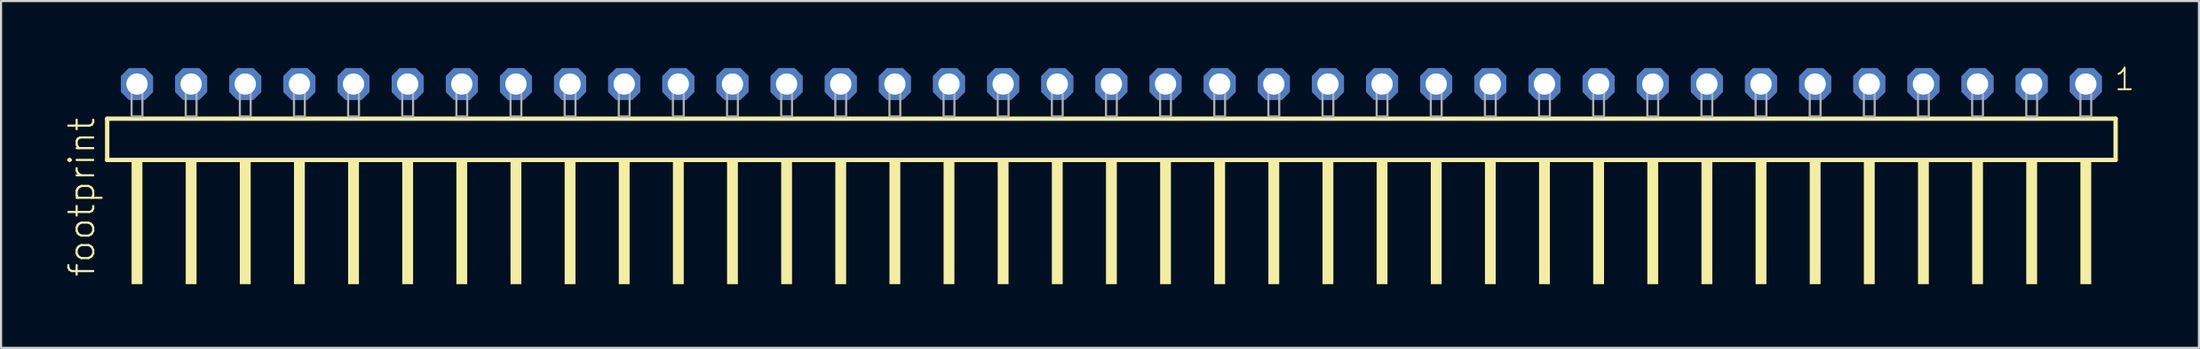
<source format=kicad_pcb>
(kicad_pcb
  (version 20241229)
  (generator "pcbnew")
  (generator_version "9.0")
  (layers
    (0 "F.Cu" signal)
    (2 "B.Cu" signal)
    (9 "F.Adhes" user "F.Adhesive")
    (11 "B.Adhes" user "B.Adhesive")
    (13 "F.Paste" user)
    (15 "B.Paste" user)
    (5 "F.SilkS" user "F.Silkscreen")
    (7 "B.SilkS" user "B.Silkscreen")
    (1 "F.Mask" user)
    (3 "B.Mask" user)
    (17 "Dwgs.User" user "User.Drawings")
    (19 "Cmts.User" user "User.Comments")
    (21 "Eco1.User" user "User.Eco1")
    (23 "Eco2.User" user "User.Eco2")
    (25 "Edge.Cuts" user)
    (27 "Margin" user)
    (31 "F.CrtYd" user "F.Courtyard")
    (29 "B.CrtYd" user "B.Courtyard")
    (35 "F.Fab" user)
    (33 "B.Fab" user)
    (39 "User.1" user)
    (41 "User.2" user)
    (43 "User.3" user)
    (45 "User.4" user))
  (footprint "footprint"
    (layer "F.Cu")
    (at 49.098 2.428)
    (property "Reference" "footprint" (at -47.625 7.62 90) (layer "F.SilkS") (effects (font (size 1.168 1.168) (thickness 0.102)) (justify left bottom)))
    (fp_line (start -47.119 0.106) (end -47.119 2.046) (stroke (width 0.203) (type solid)) (layer "F.SilkS"))
    (fp_line (start -47.119 2.046) (end 47.119 2.046) (stroke (width 0.203) (type solid)) (layer "F.SilkS"))
    (fp_line (start 47.119 0.106) (end -47.119 0.106) (stroke (width 0.203) (type solid)) (layer "F.SilkS"))
    (fp_line (start 47.119 2.046) (end 47.119 0.106) (stroke (width 0.203) (type solid)) (layer "F.SilkS"))
    (fp_poly (pts (xy -45.974 7.89) (xy -45.466 7.89) (xy -45.466 2.04) (xy -45.974 2.04)) (stroke (width 0) (type solid)) (fill yes) (layer "F.SilkS"))
    (fp_poly (pts (xy -43.434 7.89) (xy -42.926 7.89) (xy -42.926 2.04) (xy -43.434 2.04)) (stroke (width 0) (type solid)) (fill yes) (layer "F.SilkS"))
    (fp_poly (pts (xy -40.894 7.89) (xy -40.386 7.89) (xy -40.386 2.04) (xy -40.894 2.04)) (stroke (width 0) (type solid)) (fill yes) (layer "F.SilkS"))
    (fp_poly (pts (xy -38.354 7.89) (xy -37.846 7.89) (xy -37.846 2.04) (xy -38.354 2.04)) (stroke (width 0) (type solid)) (fill yes) (layer "F.SilkS"))
    (fp_poly (pts (xy -35.814 7.89) (xy -35.306 7.89) (xy -35.306 2.04) (xy -35.814 2.04)) (stroke (width 0) (type solid)) (fill yes) (layer "F.SilkS"))
    (fp_poly (pts (xy -33.274 7.89) (xy -32.766 7.89) (xy -32.766 2.04) (xy -33.274 2.04)) (stroke (width 0) (type solid)) (fill yes) (layer "F.SilkS"))
    (fp_poly (pts (xy -30.734 7.89) (xy -30.226 7.89) (xy -30.226 2.04) (xy -30.734 2.04)) (stroke (width 0) (type solid)) (fill yes) (layer "F.SilkS"))
    (fp_poly (pts (xy -28.194 7.89) (xy -27.686 7.89) (xy -27.686 2.04) (xy -28.194 2.04)) (stroke (width 0) (type solid)) (fill yes) (layer "F.SilkS"))
    (fp_poly (pts (xy -25.654 7.89) (xy -25.146 7.89) (xy -25.146 2.04) (xy -25.654 2.04)) (stroke (width 0) (type solid)) (fill yes) (layer "F.SilkS"))
    (fp_poly (pts (xy -23.114 7.89) (xy -22.606 7.89) (xy -22.606 2.04) (xy -23.114 2.04)) (stroke (width 0) (type solid)) (fill yes) (layer "F.SilkS"))
    (fp_poly (pts (xy -20.574 7.89) (xy -20.066 7.89) (xy -20.066 2.04) (xy -20.574 2.04)) (stroke (width 0) (type solid)) (fill yes) (layer "F.SilkS"))
    (fp_poly (pts (xy -18.034 7.89) (xy -17.526 7.89) (xy -17.526 2.04) (xy -18.034 2.04)) (stroke (width 0) (type solid)) (fill yes) (layer "F.SilkS"))
    (fp_poly (pts (xy -15.494 7.89) (xy -14.986 7.89) (xy -14.986 2.04) (xy -15.494 2.04)) (stroke (width 0) (type solid)) (fill yes) (layer "F.SilkS"))
    (fp_poly (pts (xy -12.954 7.89) (xy -12.446 7.89) (xy -12.446 2.04) (xy -12.954 2.04)) (stroke (width 0) (type solid)) (fill yes) (layer "F.SilkS"))
    (fp_poly (pts (xy -10.414 7.89) (xy -9.906 7.89) (xy -9.906 2.04) (xy -10.414 2.04)) (stroke (width 0) (type solid)) (fill yes) (layer "F.SilkS"))
    (fp_poly (pts (xy -7.874 7.89) (xy -7.366 7.89) (xy -7.366 2.04) (xy -7.874 2.04)) (stroke (width 0) (type solid)) (fill yes) (layer "F.SilkS"))
    (fp_poly (pts (xy -5.334 7.89) (xy -4.826 7.89) (xy -4.826 2.04) (xy -5.334 2.04)) (stroke (width 0) (type solid)) (fill yes) (layer "F.SilkS"))
    (fp_poly (pts (xy -2.794 7.89) (xy -2.286 7.89) (xy -2.286 2.04) (xy -2.794 2.04)) (stroke (width 0) (type solid)) (fill yes) (layer "F.SilkS"))
    (fp_poly (pts (xy -0.254 7.89) (xy 0.254 7.89) (xy 0.254 2.04) (xy -0.254 2.04)) (stroke (width 0) (type solid)) (fill yes) (layer "F.SilkS"))
    (fp_poly (pts (xy 2.286 7.89) (xy 2.794 7.89) (xy 2.794 2.04) (xy 2.286 2.04)) (stroke (width 0) (type solid)) (fill yes) (layer "F.SilkS"))
    (fp_poly (pts (xy 4.826 7.89) (xy 5.334 7.89) (xy 5.334 2.04) (xy 4.826 2.04)) (stroke (width 0) (type solid)) (fill yes) (layer "F.SilkS"))
    (fp_poly (pts (xy 7.366 7.89) (xy 7.874 7.89) (xy 7.874 2.04) (xy 7.366 2.04)) (stroke (width 0) (type solid)) (fill yes) (layer "F.SilkS"))
    (fp_poly (pts (xy 9.906 7.89) (xy 10.414 7.89) (xy 10.414 2.04) (xy 9.906 2.04)) (stroke (width 0) (type solid)) (fill yes) (layer "F.SilkS"))
    (fp_poly (pts (xy 12.446 7.89) (xy 12.954 7.89) (xy 12.954 2.04) (xy 12.446 2.04)) (stroke (width 0) (type solid)) (fill yes) (layer "F.SilkS"))
    (fp_poly (pts (xy 14.986 7.89) (xy 15.494 7.89) (xy 15.494 2.04) (xy 14.986 2.04)) (stroke (width 0) (type solid)) (fill yes) (layer "F.SilkS"))
    (fp_poly (pts (xy 17.526 7.89) (xy 18.034 7.89) (xy 18.034 2.04) (xy 17.526 2.04)) (stroke (width 0) (type solid)) (fill yes) (layer "F.SilkS"))
    (fp_poly (pts (xy 20.066 7.89) (xy 20.574 7.89) (xy 20.574 2.04) (xy 20.066 2.04)) (stroke (width 0) (type solid)) (fill yes) (layer "F.SilkS"))
    (fp_poly (pts (xy 22.606 7.89) (xy 23.114 7.89) (xy 23.114 2.04) (xy 22.606 2.04)) (stroke (width 0) (type solid)) (fill yes) (layer "F.SilkS"))
    (fp_poly (pts (xy 25.146 7.89) (xy 25.654 7.89) (xy 25.654 2.04) (xy 25.146 2.04)) (stroke (width 0) (type solid)) (fill yes) (layer "F.SilkS"))
    (fp_poly (pts (xy 27.686 7.89) (xy 28.194 7.89) (xy 28.194 2.04) (xy 27.686 2.04)) (stroke (width 0) (type solid)) (fill yes) (layer "F.SilkS"))
    (fp_poly (pts (xy 30.226 7.89) (xy 30.734 7.89) (xy 30.734 2.04) (xy 30.226 2.04)) (stroke (width 0) (type solid)) (fill yes) (layer "F.SilkS"))
    (fp_poly (pts (xy 32.766 7.89) (xy 33.274 7.89) (xy 33.274 2.04) (xy 32.766 2.04)) (stroke (width 0) (type solid)) (fill yes) (layer "F.SilkS"))
    (fp_poly (pts (xy 35.306 7.89) (xy 35.814 7.89) (xy 35.814 2.04) (xy 35.306 2.04)) (stroke (width 0) (type solid)) (fill yes) (layer "F.SilkS"))
    (fp_poly (pts (xy 37.846 7.89) (xy 38.354 7.89) (xy 38.354 2.04) (xy 37.846 2.04)) (stroke (width 0) (type solid)) (fill yes) (layer "F.SilkS"))
    (fp_poly (pts (xy 40.386 7.89) (xy 40.894 7.89) (xy 40.894 2.04) (xy 40.386 2.04)) (stroke (width 0) (type solid)) (fill yes) (layer "F.SilkS"))
    (fp_poly (pts (xy 42.926 7.89) (xy 43.434 7.89) (xy 43.434 2.04) (xy 42.926 2.04)) (stroke (width 0) (type solid)) (fill yes) (layer "F.SilkS"))
    (fp_poly (pts (xy 45.466 7.89) (xy 45.974 7.89) (xy 45.974 2.04) (xy 45.466 2.04)) (stroke (width 0) (type solid)) (fill yes) (layer "F.SilkS"))
    (fp_poly (pts (xy -45.974 0) (xy -45.466 0) (xy -45.466 -1.778) (xy -45.974 -1.778)) (stroke (width 0.1) (type solid)) (fill no) (layer "F.Fab"))
    (fp_poly (pts (xy -43.434 0) (xy -42.926 0) (xy -42.926 -1.778) (xy -43.434 -1.778)) (stroke (width 0.1) (type solid)) (fill no) (layer "F.Fab"))
    (fp_poly (pts (xy -40.894 0) (xy -40.386 0) (xy -40.386 -1.778) (xy -40.894 -1.778)) (stroke (width 0.1) (type solid)) (fill no) (layer "F.Fab"))
    (fp_poly (pts (xy -38.354 0) (xy -37.846 0) (xy -37.846 -1.778) (xy -38.354 -1.778)) (stroke (width 0.1) (type solid)) (fill no) (layer "F.Fab"))
    (fp_poly (pts (xy -35.814 0) (xy -35.306 0) (xy -35.306 -1.778) (xy -35.814 -1.778)) (stroke (width 0.1) (type solid)) (fill no) (layer "F.Fab"))
    (fp_poly (pts (xy -33.274 0) (xy -32.766 0) (xy -32.766 -1.778) (xy -33.274 -1.778)) (stroke (width 0.1) (type solid)) (fill no) (layer "F.Fab"))
    (fp_poly (pts (xy -30.734 0) (xy -30.226 0) (xy -30.226 -1.778) (xy -30.734 -1.778)) (stroke (width 0.1) (type solid)) (fill no) (layer "F.Fab"))
    (fp_poly (pts (xy -28.194 0) (xy -27.686 0) (xy -27.686 -1.778) (xy -28.194 -1.778)) (stroke (width 0.1) (type solid)) (fill no) (layer "F.Fab"))
    (fp_poly (pts (xy -25.654 0) (xy -25.146 0) (xy -25.146 -1.778) (xy -25.654 -1.778)) (stroke (width 0.1) (type solid)) (fill no) (layer "F.Fab"))
    (fp_poly (pts (xy -23.114 0) (xy -22.606 0) (xy -22.606 -1.778) (xy -23.114 -1.778)) (stroke (width 0.1) (type solid)) (fill no) (layer "F.Fab"))
    (fp_poly (pts (xy -20.574 0) (xy -20.066 0) (xy -20.066 -1.778) (xy -20.574 -1.778)) (stroke (width 0.1) (type solid)) (fill no) (layer "F.Fab"))
    (fp_poly (pts (xy -18.034 0) (xy -17.526 0) (xy -17.526 -1.778) (xy -18.034 -1.778)) (stroke (width 0.1) (type solid)) (fill no) (layer "F.Fab"))
    (fp_poly (pts (xy -15.494 0) (xy -14.986 0) (xy -14.986 -1.778) (xy -15.494 -1.778)) (stroke (width 0.1) (type solid)) (fill no) (layer "F.Fab"))
    (fp_poly (pts (xy -12.954 0) (xy -12.446 0) (xy -12.446 -1.778) (xy -12.954 -1.778)) (stroke (width 0.1) (type solid)) (fill no) (layer "F.Fab"))
    (fp_poly (pts (xy -10.414 0) (xy -9.906 0) (xy -9.906 -1.778) (xy -10.414 -1.778)) (stroke (width 0.1) (type solid)) (fill no) (layer "F.Fab"))
    (fp_poly (pts (xy -7.874 0) (xy -7.366 0) (xy -7.366 -1.778) (xy -7.874 -1.778)) (stroke (width 0.1) (type solid)) (fill no) (layer "F.Fab"))
    (fp_poly (pts (xy -5.334 0) (xy -4.826 0) (xy -4.826 -1.778) (xy -5.334 -1.778)) (stroke (width 0.1) (type solid)) (fill no) (layer "F.Fab"))
    (fp_poly (pts (xy -2.794 0) (xy -2.286 0) (xy -2.286 -1.778) (xy -2.794 -1.778)) (stroke (width 0.1) (type solid)) (fill no) (layer "F.Fab"))
    (fp_poly (pts (xy -0.254 0) (xy 0.254 0) (xy 0.254 -1.778) (xy -0.254 -1.778)) (stroke (width 0.1) (type solid)) (fill no) (layer "F.Fab"))
    (fp_poly (pts (xy 2.286 0) (xy 2.794 0) (xy 2.794 -1.778) (xy 2.286 -1.778)) (stroke (width 0.1) (type solid)) (fill no) (layer "F.Fab"))
    (fp_poly (pts (xy 4.826 0) (xy 5.334 0) (xy 5.334 -1.778) (xy 4.826 -1.778)) (stroke (width 0.1) (type solid)) (fill no) (layer "F.Fab"))
    (fp_poly (pts (xy 7.366 0) (xy 7.874 0) (xy 7.874 -1.778) (xy 7.366 -1.778)) (stroke (width 0.1) (type solid)) (fill no) (layer "F.Fab"))
    (fp_poly (pts (xy 9.906 0) (xy 10.414 0) (xy 10.414 -1.778) (xy 9.906 -1.778)) (stroke (width 0.1) (type solid)) (fill no) (layer "F.Fab"))
    (fp_poly (pts (xy 12.446 0) (xy 12.954 0) (xy 12.954 -1.778) (xy 12.446 -1.778)) (stroke (width 0.1) (type solid)) (fill no) (layer "F.Fab"))
    (fp_poly (pts (xy 14.986 0) (xy 15.494 0) (xy 15.494 -1.778) (xy 14.986 -1.778)) (stroke (width 0.1) (type solid)) (fill no) (layer "F.Fab"))
    (fp_poly (pts (xy 17.526 0) (xy 18.034 0) (xy 18.034 -1.778) (xy 17.526 -1.778)) (stroke (width 0.1) (type solid)) (fill no) (layer "F.Fab"))
    (fp_poly (pts (xy 20.066 0) (xy 20.574 0) (xy 20.574 -1.778) (xy 20.066 -1.778)) (stroke (width 0.1) (type solid)) (fill no) (layer "F.Fab"))
    (fp_poly (pts (xy 22.606 0) (xy 23.114 0) (xy 23.114 -1.778) (xy 22.606 -1.778)) (stroke (width 0.1) (type solid)) (fill no) (layer "F.Fab"))
    (fp_poly (pts (xy 25.146 0) (xy 25.654 0) (xy 25.654 -1.778) (xy 25.146 -1.778)) (stroke (width 0.1) (type solid)) (fill no) (layer "F.Fab"))
    (fp_poly (pts (xy 27.686 0) (xy 28.194 0) (xy 28.194 -1.778) (xy 27.686 -1.778)) (stroke (width 0.1) (type solid)) (fill no) (layer "F.Fab"))
    (fp_poly (pts (xy 30.226 0) (xy 30.734 0) (xy 30.734 -1.778) (xy 30.226 -1.778)) (stroke (width 0.1) (type solid)) (fill no) (layer "F.Fab"))
    (fp_poly (pts (xy 32.766 0) (xy 33.274 0) (xy 33.274 -1.778) (xy 32.766 -1.778)) (stroke (width 0.1) (type solid)) (fill no) (layer "F.Fab"))
    (fp_poly (pts (xy 35.306 0) (xy 35.814 0) (xy 35.814 -1.778) (xy 35.306 -1.778)) (stroke (width 0.1) (type solid)) (fill no) (layer "F.Fab"))
    (fp_poly (pts (xy 37.846 0) (xy 38.354 0) (xy 38.354 -1.778) (xy 37.846 -1.778)) (stroke (width 0.1) (type solid)) (fill no) (layer "F.Fab"))
    (fp_poly (pts (xy 40.386 0) (xy 40.894 0) (xy 40.894 -1.778) (xy 40.386 -1.778)) (stroke (width 0.1) (type solid)) (fill no) (layer "F.Fab"))
    (fp_poly (pts (xy 42.926 0) (xy 43.434 0) (xy 43.434 -1.778) (xy 42.926 -1.778)) (stroke (width 0.1) (type solid)) (fill no) (layer "F.Fab"))
    (fp_poly (pts (xy 45.466 0) (xy 45.974 0) (xy 45.974 -1.778) (xy 45.466 -1.778)) (stroke (width 0.1) (type solid)) (fill no) (layer "F.Fab"))
    (fp_text user "1" (at 47.002 -1.152 0) (layer "F.SilkS") (effects (font (size 1.012 1.012) (thickness 0.088)) (justify left bottom)))
    (pad "1" thru_hole roundrect (at 45.72 -1.524 180) (size 1.5 1.5) (drill 1) (layers "*.Cu" "*.Mask") (roundrect_rratio 0.25) (chamfer_ratio 0.25) (chamfer top_left top_right bottom_left bottom_right))
    (pad "2" thru_hole roundrect (at 43.18 -1.524 180) (size 1.5 1.5) (drill 1) (layers "*.Cu" "*.Mask") (roundrect_rratio 0.25) (chamfer_ratio 0.25) (chamfer top_left top_right bottom_left bottom_right))
    (pad "3" thru_hole roundrect (at 40.64 -1.524 180) (size 1.5 1.5) (drill 1) (layers "*.Cu" "*.Mask") (roundrect_rratio 0.25) (chamfer_ratio 0.25) (chamfer top_left top_right bottom_left bottom_right))
    (pad "4" thru_hole roundrect (at 38.1 -1.524 180) (size 1.5 1.5) (drill 1) (layers "*.Cu" "*.Mask") (roundrect_rratio 0.25) (chamfer_ratio 0.25) (chamfer top_left top_right bottom_left bottom_right))
    (pad "5" thru_hole roundrect (at 35.56 -1.524 180) (size 1.5 1.5) (drill 1) (layers "*.Cu" "*.Mask") (roundrect_rratio 0.25) (chamfer_ratio 0.25) (chamfer top_left top_right bottom_left bottom_right))
    (pad "6" thru_hole roundrect (at 33.02 -1.524 180) (size 1.5 1.5) (drill 1) (layers "*.Cu" "*.Mask") (roundrect_rratio 0.25) (chamfer_ratio 0.25) (chamfer top_left top_right bottom_left bottom_right))
    (pad "7" thru_hole roundrect (at 30.48 -1.524 180) (size 1.5 1.5) (drill 1) (layers "*.Cu" "*.Mask") (roundrect_rratio 0.25) (chamfer_ratio 0.25) (chamfer top_left top_right bottom_left bottom_right))
    (pad "8" thru_hole roundrect (at 27.94 -1.524 180) (size 1.5 1.5) (drill 1) (layers "*.Cu" "*.Mask") (roundrect_rratio 0.25) (chamfer_ratio 0.25) (chamfer top_left top_right bottom_left bottom_right))
    (pad "9" thru_hole roundrect (at 25.4 -1.524 180) (size 1.5 1.5) (drill 1) (layers "*.Cu" "*.Mask") (roundrect_rratio 0.25) (chamfer_ratio 0.25) (chamfer top_left top_right bottom_left bottom_right))
    (pad "10" thru_hole roundrect (at 22.86 -1.524 180) (size 1.5 1.5) (drill 1) (layers "*.Cu" "*.Mask") (roundrect_rratio 0.25) (chamfer_ratio 0.25) (chamfer top_left top_right bottom_left bottom_right))
    (pad "11" thru_hole roundrect (at 20.32 -1.524 180) (size 1.5 1.5) (drill 1) (layers "*.Cu" "*.Mask") (roundrect_rratio 0.25) (chamfer_ratio 0.25) (chamfer top_left top_right bottom_left bottom_right))
    (pad "12" thru_hole roundrect (at 17.78 -1.524 180) (size 1.5 1.5) (drill 1) (layers "*.Cu" "*.Mask") (roundrect_rratio 0.25) (chamfer_ratio 0.25) (chamfer top_left top_right bottom_left bottom_right))
    (pad "13" thru_hole roundrect (at 15.24 -1.524 180) (size 1.5 1.5) (drill 1) (layers "*.Cu" "*.Mask") (roundrect_rratio 0.25) (chamfer_ratio 0.25) (chamfer top_left top_right bottom_left bottom_right))
    (pad "14" thru_hole roundrect (at 12.7 -1.524 180) (size 1.5 1.5) (drill 1) (layers "*.Cu" "*.Mask") (roundrect_rratio 0.25) (chamfer_ratio 0.25) (chamfer top_left top_right bottom_left bottom_right))
    (pad "15" thru_hole roundrect (at 10.16 -1.524 180) (size 1.5 1.5) (drill 1) (layers "*.Cu" "*.Mask") (roundrect_rratio 0.25) (chamfer_ratio 0.25) (chamfer top_left top_right bottom_left bottom_right))
    (pad "16" thru_hole roundrect (at 7.62 -1.524 180) (size 1.5 1.5) (drill 1) (layers "*.Cu" "*.Mask") (roundrect_rratio 0.25) (chamfer_ratio 0.25) (chamfer top_left top_right bottom_left bottom_right))
    (pad "17" thru_hole roundrect (at 5.08 -1.524 180) (size 1.5 1.5) (drill 1) (layers "*.Cu" "*.Mask") (roundrect_rratio 0.25) (chamfer_ratio 0.25) (chamfer top_left top_right bottom_left bottom_right))
    (pad "18" thru_hole roundrect (at 2.54 -1.524 180) (size 1.5 1.5) (drill 1) (layers "*.Cu" "*.Mask") (roundrect_rratio 0.25) (chamfer_ratio 0.25) (chamfer top_left top_right bottom_left bottom_right))
    (pad "19" thru_hole roundrect (at 0 -1.524 180) (size 1.5 1.5) (drill 1) (layers "*.Cu" "*.Mask") (roundrect_rratio 0.25) (chamfer_ratio 0.25) (chamfer top_left top_right bottom_left bottom_right))
    (pad "20" thru_hole roundrect (at -2.54 -1.524 180) (size 1.5 1.5) (drill 1) (layers "*.Cu" "*.Mask") (roundrect_rratio 0.25) (chamfer_ratio 0.25) (chamfer top_left top_right bottom_left bottom_right))
    (pad "21" thru_hole roundrect (at -5.08 -1.524 180) (size 1.5 1.5) (drill 1) (layers "*.Cu" "*.Mask") (roundrect_rratio 0.25) (chamfer_ratio 0.25) (chamfer top_left top_right bottom_left bottom_right))
    (pad "22" thru_hole roundrect (at -7.62 -1.524 180) (size 1.5 1.5) (drill 1) (layers "*.Cu" "*.Mask") (roundrect_rratio 0.25) (chamfer_ratio 0.25) (chamfer top_left top_right bottom_left bottom_right))
    (pad "23" thru_hole roundrect (at -10.16 -1.524 180) (size 1.5 1.5) (drill 1) (layers "*.Cu" "*.Mask") (roundrect_rratio 0.25) (chamfer_ratio 0.25) (chamfer top_left top_right bottom_left bottom_right))
    (pad "24" thru_hole roundrect (at -12.7 -1.524 180) (size 1.5 1.5) (drill 1) (layers "*.Cu" "*.Mask") (roundrect_rratio 0.25) (chamfer_ratio 0.25) (chamfer top_left top_right bottom_left bottom_right))
    (pad "25" thru_hole roundrect (at -15.24 -1.524 180) (size 1.5 1.5) (drill 1) (layers "*.Cu" "*.Mask") (roundrect_rratio 0.25) (chamfer_ratio 0.25) (chamfer top_left top_right bottom_left bottom_right))
    (pad "26" thru_hole roundrect (at -17.78 -1.524 180) (size 1.5 1.5) (drill 1) (layers "*.Cu" "*.Mask") (roundrect_rratio 0.25) (chamfer_ratio 0.25) (chamfer top_left top_right bottom_left bottom_right))
    (pad "27" thru_hole roundrect (at -20.32 -1.524 180) (size 1.5 1.5) (drill 1) (layers "*.Cu" "*.Mask") (roundrect_rratio 0.25) (chamfer_ratio 0.25) (chamfer top_left top_right bottom_left bottom_right))
    (pad "28" thru_hole roundrect (at -22.86 -1.524 180) (size 1.5 1.5) (drill 1) (layers "*.Cu" "*.Mask") (roundrect_rratio 0.25) (chamfer_ratio 0.25) (chamfer top_left top_right bottom_left bottom_right))
    (pad "29" thru_hole roundrect (at -25.4 -1.524 180) (size 1.5 1.5) (drill 1) (layers "*.Cu" "*.Mask") (roundrect_rratio 0.25) (chamfer_ratio 0.25) (chamfer top_left top_right bottom_left bottom_right))
    (pad "30" thru_hole roundrect (at -27.94 -1.524 180) (size 1.5 1.5) (drill 1) (layers "*.Cu" "*.Mask") (roundrect_rratio 0.25) (chamfer_ratio 0.25) (chamfer top_left top_right bottom_left bottom_right))
    (pad "31" thru_hole roundrect (at -30.48 -1.524 180) (size 1.5 1.5) (drill 1) (layers "*.Cu" "*.Mask") (roundrect_rratio 0.25) (chamfer_ratio 0.25) (chamfer top_left top_right bottom_left bottom_right))
    (pad "32" thru_hole roundrect (at -33.02 -1.524 180) (size 1.5 1.5) (drill 1) (layers "*.Cu" "*.Mask") (roundrect_rratio 0.25) (chamfer_ratio 0.25) (chamfer top_left top_right bottom_left bottom_right))
    (pad "33" thru_hole roundrect (at -35.56 -1.524 180) (size 1.5 1.5) (drill 1) (layers "*.Cu" "*.Mask") (roundrect_rratio 0.25) (chamfer_ratio 0.25) (chamfer top_left top_right bottom_left bottom_right))
    (pad "34" thru_hole roundrect (at -38.1 -1.524 180) (size 1.5 1.5) (drill 1) (layers "*.Cu" "*.Mask") (roundrect_rratio 0.25) (chamfer_ratio 0.25) (chamfer top_left top_right bottom_left bottom_right))
    (pad "35" thru_hole roundrect (at -40.64 -1.524 180) (size 1.5 1.5) (drill 1) (layers "*.Cu" "*.Mask") (roundrect_rratio 0.25) (chamfer_ratio 0.25) (chamfer top_left top_right bottom_left bottom_right))
    (pad "36" thru_hole roundrect (at -43.18 -1.524 180) (size 1.5 1.5) (drill 1) (layers "*.Cu" "*.Mask") (roundrect_rratio 0.25) (chamfer_ratio 0.25) (chamfer top_left top_right bottom_left bottom_right))
    (pad "37" thru_hole roundrect (at -45.72 -1.524 180) (size 1.5 1.5) (drill 1) (layers "*.Cu" "*.Mask") (roundrect_rratio 0.25) (chamfer_ratio 0.25) (chamfer top_left top_right bottom_left bottom_right)))
  (gr_rect
    (start -3 -3)
    (end 100.126 13.318)
    (stroke (width 0.1) (type default))
    (fill no)
    (layer "Edge.Cuts")))
</source>
